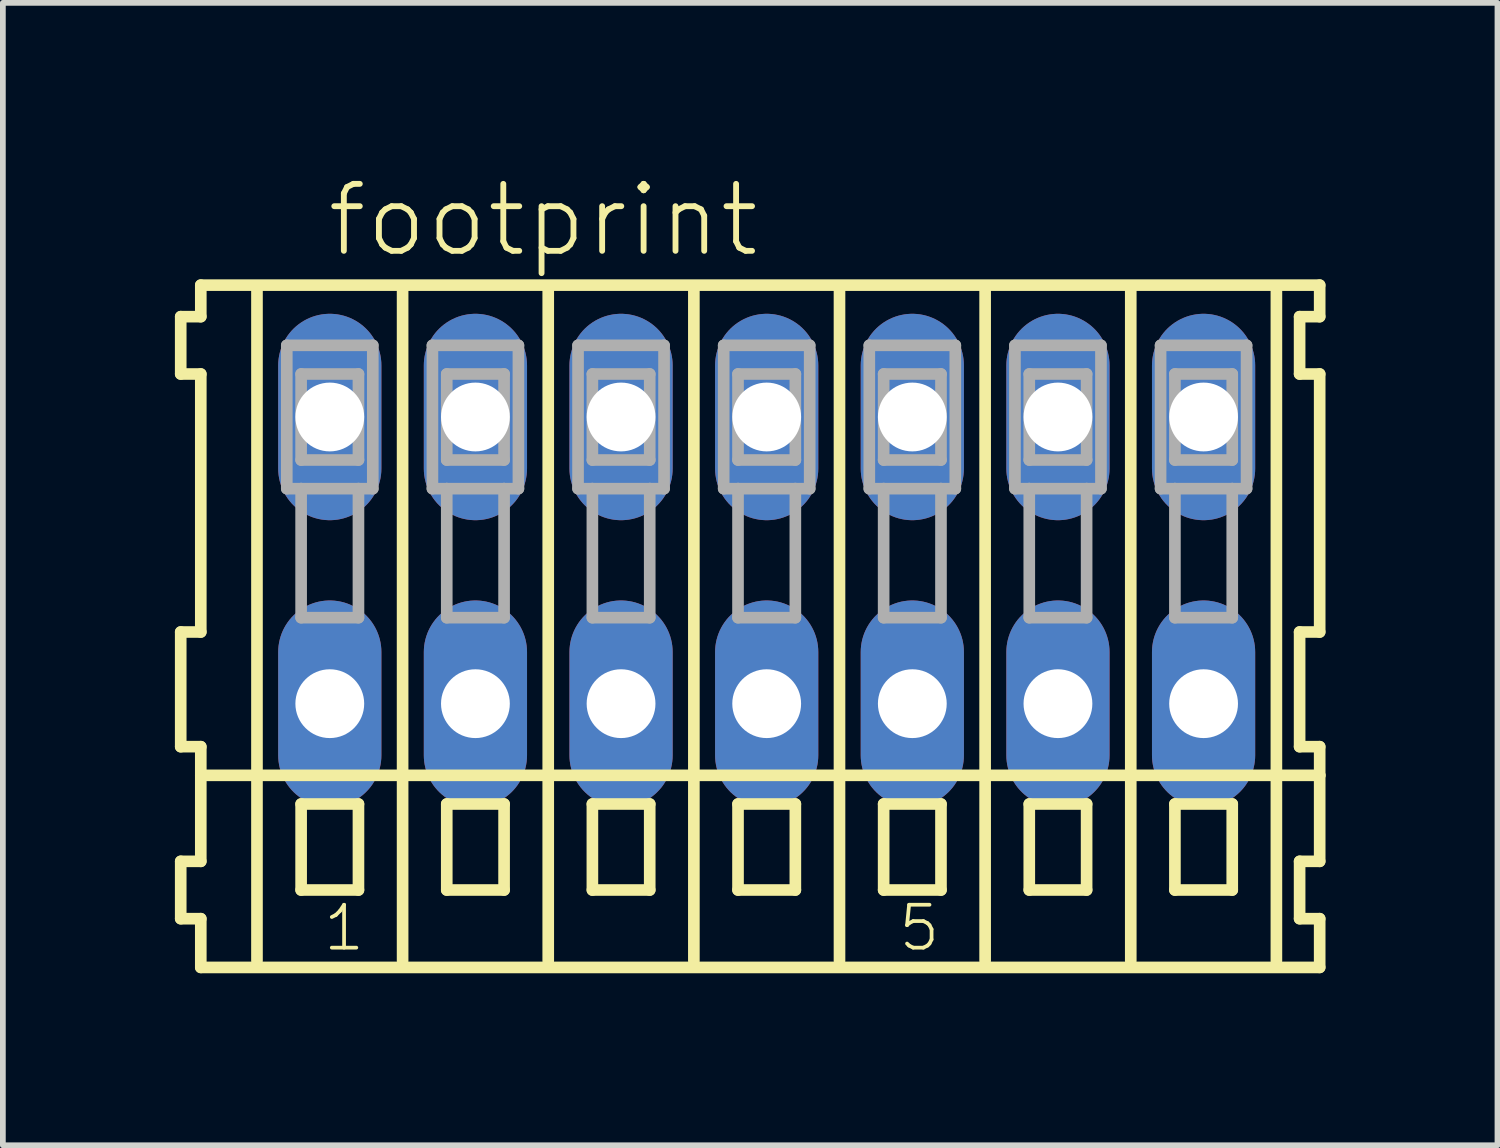
<source format=kicad_pcb>
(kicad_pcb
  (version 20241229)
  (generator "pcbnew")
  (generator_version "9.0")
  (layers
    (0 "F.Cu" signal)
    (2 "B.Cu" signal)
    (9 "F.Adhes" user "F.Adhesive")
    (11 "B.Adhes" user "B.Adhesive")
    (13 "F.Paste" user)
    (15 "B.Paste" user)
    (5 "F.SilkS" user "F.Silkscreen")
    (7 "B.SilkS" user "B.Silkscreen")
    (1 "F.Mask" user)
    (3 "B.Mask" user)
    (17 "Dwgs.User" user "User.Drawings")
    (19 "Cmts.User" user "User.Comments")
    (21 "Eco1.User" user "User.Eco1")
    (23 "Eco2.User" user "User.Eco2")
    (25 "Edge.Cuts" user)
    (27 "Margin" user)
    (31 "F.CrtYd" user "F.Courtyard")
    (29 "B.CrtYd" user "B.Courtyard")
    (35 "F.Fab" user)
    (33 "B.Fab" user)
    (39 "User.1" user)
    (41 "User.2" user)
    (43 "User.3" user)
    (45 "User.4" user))
  (footprint "footprint"
    (layer "F.Cu")
    (at 10.322 6.723)
    (property "Reference" "footprint" (at -7.72 -5.25 0) (layer "F.SilkS") (effects (font (size 1.168 1.168) (thickness 0.102)) (justify left bottom)))
    (fp_line (start -10.22 -4.25) (end -10.22 -3.25) (stroke (width 0.203) (type solid)) (layer "F.SilkS"))
    (fp_line (start -10.22 -3.25) (end -9.87 -3.25) (stroke (width 0.203) (type solid)) (layer "F.SilkS"))
    (fp_line (start -10.22 1.25) (end -10.22 3.25) (stroke (width 0.203) (type solid)) (layer "F.SilkS"))
    (fp_line (start -10.22 3.25) (end -9.87 3.25) (stroke (width 0.203) (type solid)) (layer "F.SilkS"))
    (fp_line (start -10.22 5.25) (end -10.22 6.25) (stroke (width 0.203) (type solid)) (layer "F.SilkS"))
    (fp_line (start -10.22 6.25) (end -9.87 6.25) (stroke (width 0.203) (type solid)) (layer "F.SilkS"))
    (fp_line (start -9.87 -4.8) (end -9.87 -4.25) (stroke (width 0.203) (type solid)) (layer "F.SilkS"))
    (fp_line (start -9.87 -4.25) (end -10.22 -4.25) (stroke (width 0.203) (type solid)) (layer "F.SilkS"))
    (fp_line (start -9.87 -3.25) (end -9.87 1.25) (stroke (width 0.203) (type solid)) (layer "F.SilkS"))
    (fp_line (start -9.87 1.25) (end -10.22 1.25) (stroke (width 0.203) (type solid)) (layer "F.SilkS"))
    (fp_line (start -9.87 3.25) (end -9.87 5.25) (stroke (width 0.203) (type solid)) (layer "F.SilkS"))
    (fp_line (start -9.87 3.75) (end 9.645 3.75) (stroke (width 0.203) (type solid)) (layer "F.SilkS"))
    (fp_line (start -9.87 5.25) (end -10.22 5.25) (stroke (width 0.203) (type solid)) (layer "F.SilkS"))
    (fp_line (start -9.87 6.25) (end -9.87 7.1) (stroke (width 0.203) (type solid)) (layer "F.SilkS"))
    (fp_line (start -9.87 7.1) (end 9.645 7.1) (stroke (width 0.203) (type solid)) (layer "F.SilkS"))
    (fp_line (start -8.89 6.985) (end -8.89 -4.699) (stroke (width 0.203) (type solid)) (layer "F.SilkS"))
    (fp_line (start -8.12 4.25) (end -8.12 5.75) (stroke (width 0.203) (type solid)) (layer "F.SilkS"))
    (fp_line (start -8.12 5.75) (end -7.12 5.75) (stroke (width 0.203) (type solid)) (layer "F.SilkS"))
    (fp_line (start -7.12 4.25) (end -8.12 4.25) (stroke (width 0.203) (type solid)) (layer "F.SilkS"))
    (fp_line (start -7.12 5.75) (end -7.12 4.25) (stroke (width 0.203) (type solid)) (layer "F.SilkS"))
    (fp_line (start -6.35 6.985) (end -6.35 -4.699) (stroke (width 0.203) (type solid)) (layer "F.SilkS"))
    (fp_line (start -5.58 4.25) (end -5.58 5.75) (stroke (width 0.203) (type solid)) (layer "F.SilkS"))
    (fp_line (start -5.58 5.75) (end -4.58 5.75) (stroke (width 0.203) (type solid)) (layer "F.SilkS"))
    (fp_line (start -4.58 4.25) (end -5.58 4.25) (stroke (width 0.203) (type solid)) (layer "F.SilkS"))
    (fp_line (start -4.58 5.75) (end -4.58 4.25) (stroke (width 0.203) (type solid)) (layer "F.SilkS"))
    (fp_line (start -3.81 6.985) (end -3.81 -4.699) (stroke (width 0.203) (type solid)) (layer "F.SilkS"))
    (fp_line (start -3.04 4.25) (end -3.04 5.75) (stroke (width 0.203) (type solid)) (layer "F.SilkS"))
    (fp_line (start -3.04 5.75) (end -2.04 5.75) (stroke (width 0.203) (type solid)) (layer "F.SilkS"))
    (fp_line (start -2.04 4.25) (end -3.04 4.25) (stroke (width 0.203) (type solid)) (layer "F.SilkS"))
    (fp_line (start -2.04 5.75) (end -2.04 4.25) (stroke (width 0.203) (type solid)) (layer "F.SilkS"))
    (fp_line (start -1.27 6.985) (end -1.27 -4.699) (stroke (width 0.203) (type solid)) (layer "F.SilkS"))
    (fp_line (start -0.5 4.25) (end -0.5 5.75) (stroke (width 0.203) (type solid)) (layer "F.SilkS"))
    (fp_line (start -0.5 5.75) (end 0.5 5.75) (stroke (width 0.203) (type solid)) (layer "F.SilkS"))
    (fp_line (start 0.5 4.25) (end -0.5 4.25) (stroke (width 0.203) (type solid)) (layer "F.SilkS"))
    (fp_line (start 0.5 5.75) (end 0.5 4.25) (stroke (width 0.203) (type solid)) (layer "F.SilkS"))
    (fp_line (start 1.27 6.985) (end 1.27 -4.699) (stroke (width 0.203) (type solid)) (layer "F.SilkS"))
    (fp_line (start 2.04 4.25) (end 2.04 5.75) (stroke (width 0.203) (type solid)) (layer "F.SilkS"))
    (fp_line (start 2.04 5.75) (end 3.04 5.75) (stroke (width 0.203) (type solid)) (layer "F.SilkS"))
    (fp_line (start 3.04 4.25) (end 2.04 4.25) (stroke (width 0.203) (type solid)) (layer "F.SilkS"))
    (fp_line (start 3.04 5.75) (end 3.04 4.25) (stroke (width 0.203) (type solid)) (layer "F.SilkS"))
    (fp_line (start 3.81 6.985) (end 3.81 -4.699) (stroke (width 0.203) (type solid)) (layer "F.SilkS"))
    (fp_line (start 4.58 4.25) (end 4.58 5.75) (stroke (width 0.203) (type solid)) (layer "F.SilkS"))
    (fp_line (start 4.58 5.75) (end 5.58 5.75) (stroke (width 0.203) (type solid)) (layer "F.SilkS"))
    (fp_line (start 5.58 4.25) (end 4.58 4.25) (stroke (width 0.203) (type solid)) (layer "F.SilkS"))
    (fp_line (start 5.58 5.75) (end 5.58 4.25) (stroke (width 0.203) (type solid)) (layer "F.SilkS"))
    (fp_line (start 6.35 6.985) (end 6.35 -4.699) (stroke (width 0.203) (type solid)) (layer "F.SilkS"))
    (fp_line (start 7.12 4.25) (end 7.12 5.75) (stroke (width 0.203) (type solid)) (layer "F.SilkS"))
    (fp_line (start 7.12 5.75) (end 8.12 5.75) (stroke (width 0.203) (type solid)) (layer "F.SilkS"))
    (fp_line (start 8.12 4.25) (end 7.12 4.25) (stroke (width 0.203) (type solid)) (layer "F.SilkS"))
    (fp_line (start 8.12 5.75) (end 8.12 4.25) (stroke (width 0.203) (type solid)) (layer "F.SilkS"))
    (fp_line (start 8.89 6.985) (end 8.89 -4.699) (stroke (width 0.203) (type solid)) (layer "F.SilkS"))
    (fp_line (start 9.295 -4.25) (end 9.295 -3.25) (stroke (width 0.203) (type solid)) (layer "F.SilkS"))
    (fp_line (start 9.295 -3.25) (end 9.645 -3.25) (stroke (width 0.203) (type solid)) (layer "F.SilkS"))
    (fp_line (start 9.295 1.25) (end 9.295 3.25) (stroke (width 0.203) (type solid)) (layer "F.SilkS"))
    (fp_line (start 9.295 3.25) (end 9.645 3.25) (stroke (width 0.203) (type solid)) (layer "F.SilkS"))
    (fp_line (start 9.295 5.25) (end 9.295 6.25) (stroke (width 0.203) (type solid)) (layer "F.SilkS"))
    (fp_line (start 9.295 6.25) (end 9.645 6.25) (stroke (width 0.203) (type solid)) (layer "F.SilkS"))
    (fp_line (start 9.645 -4.8) (end -9.87 -4.8) (stroke (width 0.203) (type solid)) (layer "F.SilkS"))
    (fp_line (start 9.645 -4.25) (end 9.295 -4.25) (stroke (width 0.203) (type solid)) (layer "F.SilkS"))
    (fp_line (start 9.645 -4.25) (end 9.645 -4.8) (stroke (width 0.203) (type solid)) (layer "F.SilkS"))
    (fp_line (start 9.645 1.25) (end 9.295 1.25) (stroke (width 0.203) (type solid)) (layer "F.SilkS"))
    (fp_line (start 9.645 1.25) (end 9.645 -3.25) (stroke (width 0.203) (type solid)) (layer "F.SilkS"))
    (fp_line (start 9.645 3.75) (end 9.645 3.25) (stroke (width 0.203) (type solid)) (layer "F.SilkS"))
    (fp_line (start 9.645 5.25) (end 9.295 5.25) (stroke (width 0.203) (type solid)) (layer "F.SilkS"))
    (fp_line (start 9.645 5.25) (end 9.645 3.75) (stroke (width 0.203) (type solid)) (layer "F.SilkS"))
    (fp_line (start 9.645 7.1) (end 9.645 6.25) (stroke (width 0.203) (type solid)) (layer "F.SilkS"))
    (fp_line (start -8.37 -3.75) (end -8.37 -1.25) (stroke (width 0.203) (type solid)) (layer "F.Fab"))
    (fp_line (start -8.37 -1.25) (end -8.12 -1.25) (stroke (width 0.203) (type solid)) (layer "F.Fab"))
    (fp_line (start -8.12 -3.25) (end -8.12 -1.75) (stroke (width 0.203) (type solid)) (layer "F.Fab"))
    (fp_line (start -8.12 -1.75) (end -7.12 -1.75) (stroke (width 0.203) (type solid)) (layer "F.Fab"))
    (fp_line (start -8.12 -1.25) (end -8.12 1) (stroke (width 0.203) (type solid)) (layer "F.Fab"))
    (fp_line (start -8.12 -1.25) (end -7.12 -1.25) (stroke (width 0.203) (type solid)) (layer "F.Fab"))
    (fp_line (start -8.12 1) (end -7.12 1) (stroke (width 0.203) (type solid)) (layer "F.Fab"))
    (fp_line (start -7.12 -3.25) (end -8.12 -3.25) (stroke (width 0.203) (type solid)) (layer "F.Fab"))
    (fp_line (start -7.12 -1.75) (end -7.12 -3.25) (stroke (width 0.203) (type solid)) (layer "F.Fab"))
    (fp_line (start -7.12 -1.25) (end -6.87 -1.25) (stroke (width 0.203) (type solid)) (layer "F.Fab"))
    (fp_line (start -7.12 1) (end -7.12 -1.25) (stroke (width 0.203) (type solid)) (layer "F.Fab"))
    (fp_line (start -6.87 -3.75) (end -8.37 -3.75) (stroke (width 0.203) (type solid)) (layer "F.Fab"))
    (fp_line (start -6.87 -1.25) (end -6.87 -3.75) (stroke (width 0.203) (type solid)) (layer "F.Fab"))
    (fp_line (start -5.83 -3.75) (end -5.83 -1.25) (stroke (width 0.203) (type solid)) (layer "F.Fab"))
    (fp_line (start -5.83 -1.25) (end -5.58 -1.25) (stroke (width 0.203) (type solid)) (layer "F.Fab"))
    (fp_line (start -5.58 -3.25) (end -5.58 -1.75) (stroke (width 0.203) (type solid)) (layer "F.Fab"))
    (fp_line (start -5.58 -1.75) (end -4.58 -1.75) (stroke (width 0.203) (type solid)) (layer "F.Fab"))
    (fp_line (start -5.58 -1.25) (end -5.58 1) (stroke (width 0.203) (type solid)) (layer "F.Fab"))
    (fp_line (start -5.58 -1.25) (end -4.58 -1.25) (stroke (width 0.203) (type solid)) (layer "F.Fab"))
    (fp_line (start -5.58 1) (end -4.58 1) (stroke (width 0.203) (type solid)) (layer "F.Fab"))
    (fp_line (start -4.58 -3.25) (end -5.58 -3.25) (stroke (width 0.203) (type solid)) (layer "F.Fab"))
    (fp_line (start -4.58 -1.75) (end -4.58 -3.25) (stroke (width 0.203) (type solid)) (layer "F.Fab"))
    (fp_line (start -4.58 -1.25) (end -4.33 -1.25) (stroke (width 0.203) (type solid)) (layer "F.Fab"))
    (fp_line (start -4.58 1) (end -4.58 -1.25) (stroke (width 0.203) (type solid)) (layer "F.Fab"))
    (fp_line (start -4.33 -3.75) (end -5.83 -3.75) (stroke (width 0.203) (type solid)) (layer "F.Fab"))
    (fp_line (start -4.33 -1.25) (end -4.33 -3.75) (stroke (width 0.203) (type solid)) (layer "F.Fab"))
    (fp_line (start -3.29 -3.75) (end -3.29 -1.25) (stroke (width 0.203) (type solid)) (layer "F.Fab"))
    (fp_line (start -3.29 -1.25) (end -3.04 -1.25) (stroke (width 0.203) (type solid)) (layer "F.Fab"))
    (fp_line (start -3.04 -3.25) (end -3.04 -1.75) (stroke (width 0.203) (type solid)) (layer "F.Fab"))
    (fp_line (start -3.04 -1.75) (end -2.04 -1.75) (stroke (width 0.203) (type solid)) (layer "F.Fab"))
    (fp_line (start -3.04 -1.25) (end -3.04 1) (stroke (width 0.203) (type solid)) (layer "F.Fab"))
    (fp_line (start -3.04 -1.25) (end -2.04 -1.25) (stroke (width 0.203) (type solid)) (layer "F.Fab"))
    (fp_line (start -3.04 1) (end -2.04 1) (stroke (width 0.203) (type solid)) (layer "F.Fab"))
    (fp_line (start -2.04 -3.25) (end -3.04 -3.25) (stroke (width 0.203) (type solid)) (layer "F.Fab"))
    (fp_line (start -2.04 -1.75) (end -2.04 -3.25) (stroke (width 0.203) (type solid)) (layer "F.Fab"))
    (fp_line (start -2.04 -1.25) (end -1.79 -1.25) (stroke (width 0.203) (type solid)) (layer "F.Fab"))
    (fp_line (start -2.04 1) (end -2.04 -1.25) (stroke (width 0.203) (type solid)) (layer "F.Fab"))
    (fp_line (start -1.79 -3.75) (end -3.29 -3.75) (stroke (width 0.203) (type solid)) (layer "F.Fab"))
    (fp_line (start -1.79 -1.25) (end -1.79 -3.75) (stroke (width 0.203) (type solid)) (layer "F.Fab"))
    (fp_line (start -0.75 -3.75) (end -0.75 -1.25) (stroke (width 0.203) (type solid)) (layer "F.Fab"))
    (fp_line (start -0.75 -1.25) (end -0.5 -1.25) (stroke (width 0.203) (type solid)) (layer "F.Fab"))
    (fp_line (start -0.5 -3.25) (end -0.5 -1.75) (stroke (width 0.203) (type solid)) (layer "F.Fab"))
    (fp_line (start -0.5 -1.75) (end 0.5 -1.75) (stroke (width 0.203) (type solid)) (layer "F.Fab"))
    (fp_line (start -0.5 -1.25) (end -0.5 1) (stroke (width 0.203) (type solid)) (layer "F.Fab"))
    (fp_line (start -0.5 -1.25) (end 0.5 -1.25) (stroke (width 0.203) (type solid)) (layer "F.Fab"))
    (fp_line (start -0.5 1) (end 0.5 1) (stroke (width 0.203) (type solid)) (layer "F.Fab"))
    (fp_line (start 0.5 -3.25) (end -0.5 -3.25) (stroke (width 0.203) (type solid)) (layer "F.Fab"))
    (fp_line (start 0.5 -1.75) (end 0.5 -3.25) (stroke (width 0.203) (type solid)) (layer "F.Fab"))
    (fp_line (start 0.5 -1.25) (end 0.75 -1.25) (stroke (width 0.203) (type solid)) (layer "F.Fab"))
    (fp_line (start 0.5 1) (end 0.5 -1.25) (stroke (width 0.203) (type solid)) (layer "F.Fab"))
    (fp_line (start 0.75 -3.75) (end -0.75 -3.75) (stroke (width 0.203) (type solid)) (layer "F.Fab"))
    (fp_line (start 0.75 -1.25) (end 0.75 -3.75) (stroke (width 0.203) (type solid)) (layer "F.Fab"))
    (fp_line (start 1.79 -3.75) (end 1.79 -1.25) (stroke (width 0.203) (type solid)) (layer "F.Fab"))
    (fp_line (start 1.79 -1.25) (end 2.04 -1.25) (stroke (width 0.203) (type solid)) (layer "F.Fab"))
    (fp_line (start 2.04 -3.25) (end 2.04 -1.75) (stroke (width 0.203) (type solid)) (layer "F.Fab"))
    (fp_line (start 2.04 -1.75) (end 3.04 -1.75) (stroke (width 0.203) (type solid)) (layer "F.Fab"))
    (fp_line (start 2.04 -1.25) (end 2.04 1) (stroke (width 0.203) (type solid)) (layer "F.Fab"))
    (fp_line (start 2.04 -1.25) (end 3.04 -1.25) (stroke (width 0.203) (type solid)) (layer "F.Fab"))
    (fp_line (start 2.04 1) (end 3.04 1) (stroke (width 0.203) (type solid)) (layer "F.Fab"))
    (fp_line (start 3.04 -3.25) (end 2.04 -3.25) (stroke (width 0.203) (type solid)) (layer "F.Fab"))
    (fp_line (start 3.04 -1.75) (end 3.04 -3.25) (stroke (width 0.203) (type solid)) (layer "F.Fab"))
    (fp_line (start 3.04 -1.25) (end 3.29 -1.25) (stroke (width 0.203) (type solid)) (layer "F.Fab"))
    (fp_line (start 3.04 1) (end 3.04 -1.25) (stroke (width 0.203) (type solid)) (layer "F.Fab"))
    (fp_line (start 3.29 -3.75) (end 1.79 -3.75) (stroke (width 0.203) (type solid)) (layer "F.Fab"))
    (fp_line (start 3.29 -1.25) (end 3.29 -3.75) (stroke (width 0.203) (type solid)) (layer "F.Fab"))
    (fp_line (start 4.33 -3.75) (end 4.33 -1.25) (stroke (width 0.203) (type solid)) (layer "F.Fab"))
    (fp_line (start 4.33 -1.25) (end 4.58 -1.25) (stroke (width 0.203) (type solid)) (layer "F.Fab"))
    (fp_line (start 4.58 -3.25) (end 4.58 -1.75) (stroke (width 0.203) (type solid)) (layer "F.Fab"))
    (fp_line (start 4.58 -1.75) (end 5.58 -1.75) (stroke (width 0.203) (type solid)) (layer "F.Fab"))
    (fp_line (start 4.58 -1.25) (end 4.58 1) (stroke (width 0.203) (type solid)) (layer "F.Fab"))
    (fp_line (start 4.58 -1.25) (end 5.58 -1.25) (stroke (width 0.203) (type solid)) (layer "F.Fab"))
    (fp_line (start 4.58 1) (end 5.58 1) (stroke (width 0.203) (type solid)) (layer "F.Fab"))
    (fp_line (start 5.58 -3.25) (end 4.58 -3.25) (stroke (width 0.203) (type solid)) (layer "F.Fab"))
    (fp_line (start 5.58 -1.75) (end 5.58 -3.25) (stroke (width 0.203) (type solid)) (layer "F.Fab"))
    (fp_line (start 5.58 -1.25) (end 5.83 -1.25) (stroke (width 0.203) (type solid)) (layer "F.Fab"))
    (fp_line (start 5.58 1) (end 5.58 -1.25) (stroke (width 0.203) (type solid)) (layer "F.Fab"))
    (fp_line (start 5.83 -3.75) (end 4.33 -3.75) (stroke (width 0.203) (type solid)) (layer "F.Fab"))
    (fp_line (start 5.83 -1.25) (end 5.83 -3.75) (stroke (width 0.203) (type solid)) (layer "F.Fab"))
    (fp_line (start 6.87 -3.75) (end 6.87 -1.25) (stroke (width 0.203) (type solid)) (layer "F.Fab"))
    (fp_line (start 6.87 -1.25) (end 7.12 -1.25) (stroke (width 0.203) (type solid)) (layer "F.Fab"))
    (fp_line (start 7.12 -3.25) (end 7.12 -1.75) (stroke (width 0.203) (type solid)) (layer "F.Fab"))
    (fp_line (start 7.12 -1.75) (end 8.12 -1.75) (stroke (width 0.203) (type solid)) (layer "F.Fab"))
    (fp_line (start 7.12 -1.25) (end 7.12 1) (stroke (width 0.203) (type solid)) (layer "F.Fab"))
    (fp_line (start 7.12 -1.25) (end 8.12 -1.25) (stroke (width 0.203) (type solid)) (layer "F.Fab"))
    (fp_line (start 7.12 1) (end 8.12 1) (stroke (width 0.203) (type solid)) (layer "F.Fab"))
    (fp_line (start 8.12 -3.25) (end 7.12 -3.25) (stroke (width 0.203) (type solid)) (layer "F.Fab"))
    (fp_line (start 8.12 -1.75) (end 8.12 -3.25) (stroke (width 0.203) (type solid)) (layer "F.Fab"))
    (fp_line (start 8.12 -1.25) (end 8.37 -1.25) (stroke (width 0.203) (type solid)) (layer "F.Fab"))
    (fp_line (start 8.12 1) (end 8.12 -1.25) (stroke (width 0.203) (type solid)) (layer "F.Fab"))
    (fp_line (start 8.37 -3.75) (end 6.87 -3.75) (stroke (width 0.203) (type solid)) (layer "F.Fab"))
    (fp_line (start 8.37 -1.25) (end 8.37 -3.75) (stroke (width 0.203) (type solid)) (layer "F.Fab"))
    (fp_text user "5" (at 2.263 6.85 0) (layer "F.SilkS") (effects (font (size 0.748 0.748) (thickness 0.065)) (justify left bottom)))
    (fp_text user "1" (at -7.77 6.85 0) (layer "F.SilkS") (effects (font (size 0.748 0.748) (thickness 0.065)) (justify left bottom)))
    (pad "A1" thru_hole oval (at -7.62 -2.5 90) (size 3.6 1.8) (drill 1.2) (layers "*.Cu" "*.Mask"))
    (pad "A2" thru_hole oval (at -5.08 -2.5 90) (size 3.6 1.8) (drill 1.2) (layers "*.Cu" "*.Mask"))
    (pad "A3" thru_hole oval (at -2.54 -2.5 90) (size 3.6 1.8) (drill 1.2) (layers "*.Cu" "*.Mask"))
    (pad "A4" thru_hole oval (at 0 -2.5 90) (size 3.6 1.8) (drill 1.2) (layers "*.Cu" "*.Mask"))
    (pad "A5" thru_hole oval (at 2.54 -2.5 90) (size 3.6 1.8) (drill 1.2) (layers "*.Cu" "*.Mask"))
    (pad "A6" thru_hole oval (at 5.08 -2.5 90) (size 3.6 1.8) (drill 1.2) (layers "*.Cu" "*.Mask"))
    (pad "A7" thru_hole oval (at 7.62 -2.5 90) (size 3.6 1.8) (drill 1.2) (layers "*.Cu" "*.Mask"))
    (pad "B1" thru_hole oval (at -7.62 2.5 90) (size 3.6 1.8) (drill 1.2) (layers "*.Cu" "*.Mask"))
    (pad "B2" thru_hole oval (at -5.08 2.5 90) (size 3.6 1.8) (drill 1.2) (layers "*.Cu" "*.Mask"))
    (pad "B3" thru_hole oval (at -2.54 2.5 90) (size 3.6 1.8) (drill 1.2) (layers "*.Cu" "*.Mask"))
    (pad "B4" thru_hole oval (at 0 2.5 90) (size 3.6 1.8) (drill 1.2) (layers "*.Cu" "*.Mask"))
    (pad "B5" thru_hole oval (at 2.54 2.5 90) (size 3.6 1.8) (drill 1.2) (layers "*.Cu" "*.Mask"))
    (pad "B6" thru_hole oval (at 5.08 2.5 90) (size 3.6 1.8) (drill 1.2) (layers "*.Cu" "*.Mask"))
    (pad "B7" thru_hole oval (at 7.62 2.5 90) (size 3.6 1.8) (drill 1.2) (layers "*.Cu" "*.Mask")))
  (gr_rect
    (start -3 -3)
    (end 23.068 16.925)
    (stroke (width 0.1) (type default))
    (fill no)
    (layer "Edge.Cuts")))
</source>
